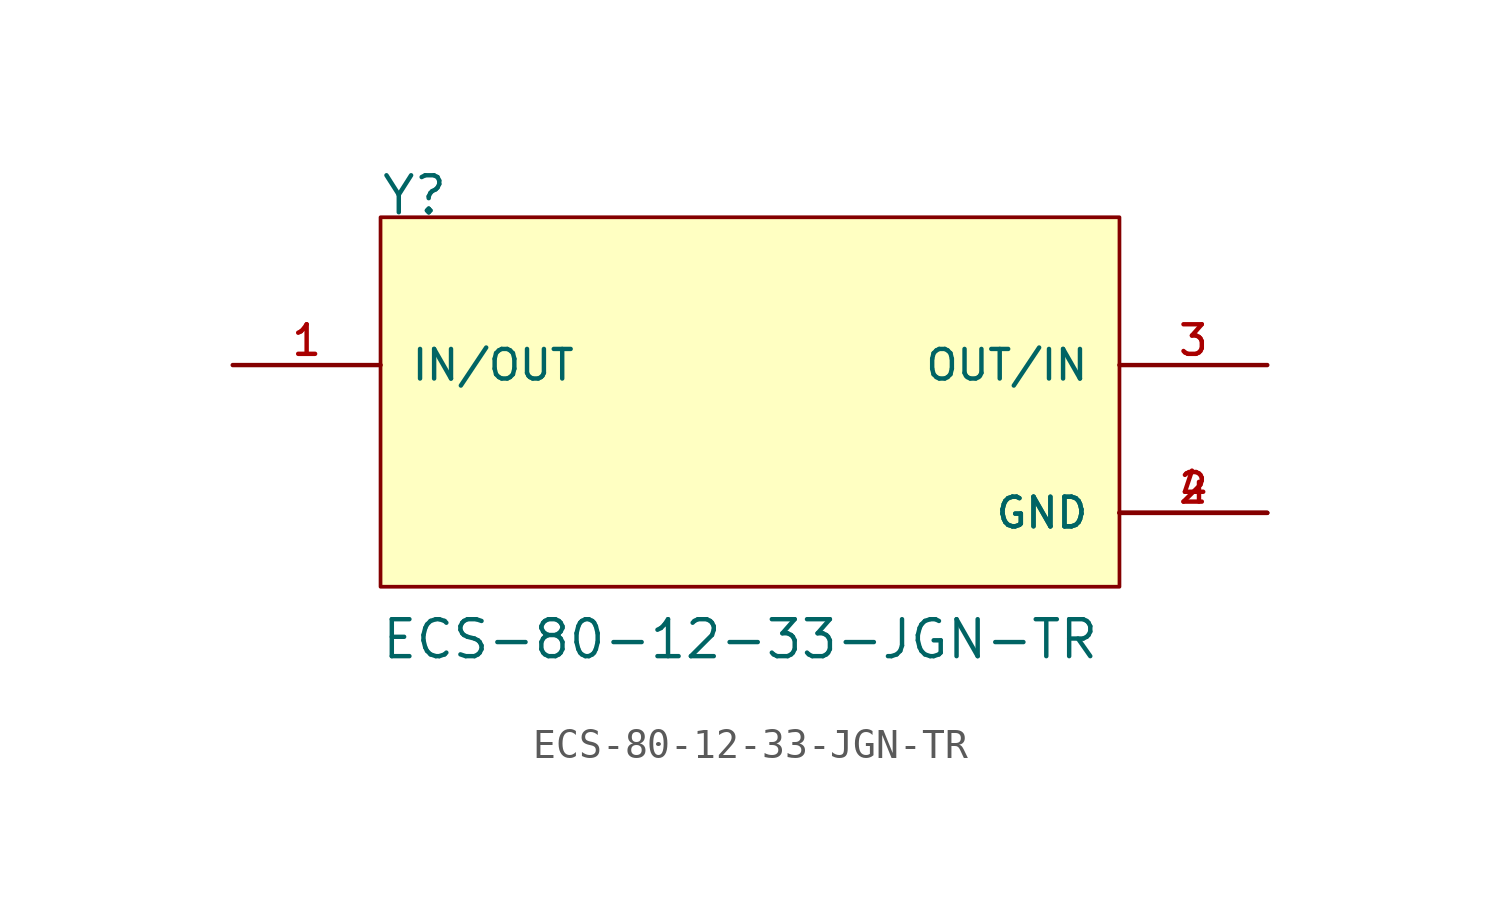
<source format=kicad_sym>
(kicad_symbol_lib
  (version 20211014)
  (generator kicad_symbol_editor)
  (symbol "ECS-80-12-33-JGN-TR"
    (pin_names
      (offset 1.016))
    (property "Reference" "Y"
      (at -12.717 7.63 0)
      (effects (font (size 1.27 1.27)) (justify bottom left)))
    (property "Value" "ECS-80-12-33-JGN-TR"
      (at -12.715 -7.629 0)
      (effects (font (size 1.27 1.27)) (justify bottom left)))
    (symbol "ECS-80-12-33-JGN-TR_0_0"
      (rectangle (start -12.7 -5.08) (end 12.7 7.62) (stroke (width 0.127)) (fill (type background)))
      (pin bidirectional line (at 17.78 2.54 180.0) (length 5.08) (name "OUT/IN" (effects (font (size 1.016 1.016)))) (number "3" (effects (font (size 1.016 1.016)))))
      (pin bidirectional line (at -17.78 2.54 0) (length 5.08) (name "IN/OUT" (effects (font (size 1.016 1.016)))) (number "1" (effects (font (size 1.016 1.016)))))
      (pin power_in line (at 17.78 -2.54 180.0) (length 5.08) (name "GND" (effects (font (size 1.016 1.016)))) (number "2" (effects (font (size 1.016 1.016)))))
      (pin power_in line (at 17.78 -2.54 180.0) (length 5.08) (name "GND" (effects (font (size 1.016 1.016)))) (number "4" (effects (font (size 1.016 1.016))))))))
</source>
